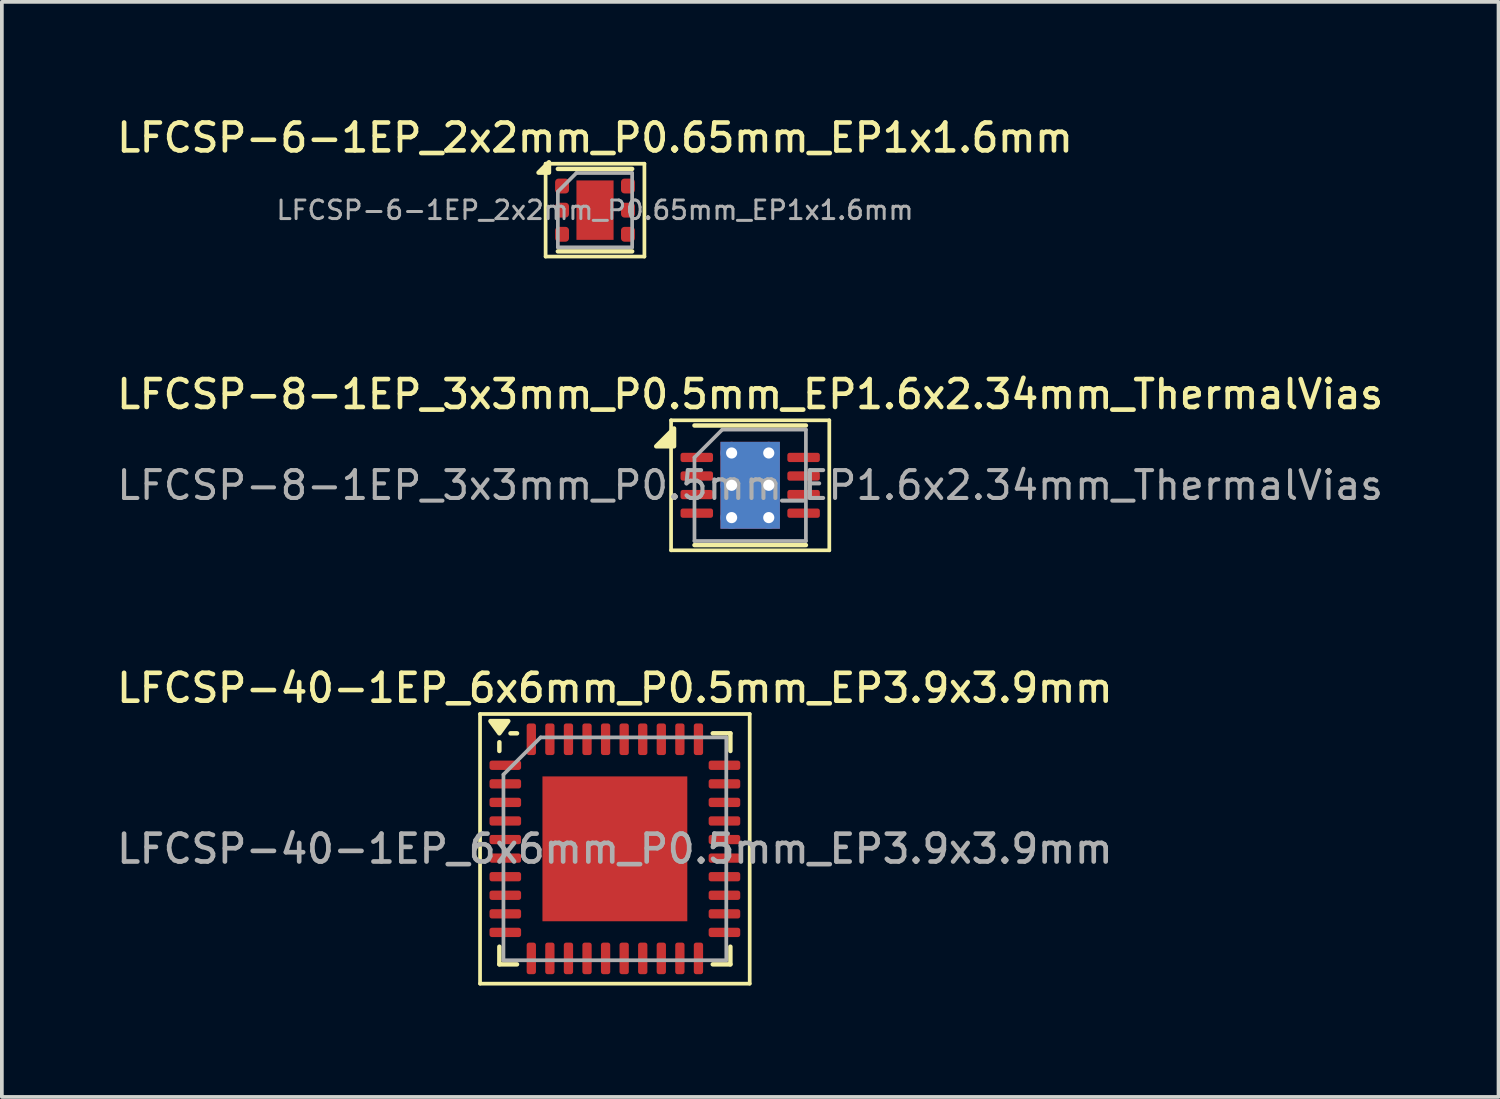
<source format=kicad_pcb>
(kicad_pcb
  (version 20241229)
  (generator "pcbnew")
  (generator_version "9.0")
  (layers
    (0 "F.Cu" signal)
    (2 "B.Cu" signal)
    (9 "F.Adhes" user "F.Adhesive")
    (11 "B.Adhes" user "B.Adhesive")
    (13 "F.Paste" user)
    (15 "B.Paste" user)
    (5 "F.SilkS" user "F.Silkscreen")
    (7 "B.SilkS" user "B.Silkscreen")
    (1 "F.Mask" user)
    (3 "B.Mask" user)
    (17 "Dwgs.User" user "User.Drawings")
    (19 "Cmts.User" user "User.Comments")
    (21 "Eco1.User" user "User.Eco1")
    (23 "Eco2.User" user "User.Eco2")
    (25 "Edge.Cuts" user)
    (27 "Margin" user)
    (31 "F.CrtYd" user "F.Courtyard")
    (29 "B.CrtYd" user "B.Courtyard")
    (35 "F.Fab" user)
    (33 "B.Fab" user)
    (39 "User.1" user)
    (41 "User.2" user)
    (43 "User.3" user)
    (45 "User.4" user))
  (footprint "LFCSP-6-1EP_2x2mm_P0.65mm_EP1x1.6mm"
    (layer "F.Cu")
    (at 12.97 2.608)
    (property "Reference" "LFCSP-6-1EP_2x2mm_P0.65mm_EP1x1.6mm" (at 0 -1.95 0) (layer "F.SilkS") (effects (font (size 0.75 0.75) (thickness 0.125))))
    (attr smd)
    (fp_line (start -1.33 -1.25) (end -1.33 1.25) (stroke (width 0.1) (type solid)) (layer "F.SilkS"))
    (fp_line (start -1.33 1.25) (end 1.33 1.25) (stroke (width 0.1) (type solid)) (layer "F.SilkS"))
    (fp_line (start -1 -1.11) (end 1 -1.11) (stroke (width 0.12) (type solid)) (layer "F.SilkS"))
    (fp_line (start -1 1.11) (end 1 1.11) (stroke (width 0.12) (type solid)) (layer "F.SilkS"))
    (fp_line (start 1.33 -1.25) (end -1.33 -1.25) (stroke (width 0.1) (type solid)) (layer "F.SilkS"))
    (fp_line (start 1.33 1.25) (end 1.33 -1.25) (stroke (width 0.1) (type solid)) (layer "F.SilkS"))
    (fp_poly (pts (xy -1.24 -1.01) (xy -1.52 -1.01) (xy -1.24 -1.29) (xy -1.24 -1.01)) (stroke (width 0.12) (type solid)) (fill yes) (layer "F.SilkS"))
    (fp_line (start -1 -0.5) (end -0.5 -1) (stroke (width 0.1) (type solid)) (layer "F.Fab"))
    (fp_line (start -1 1) (end -1 -0.5) (stroke (width 0.1) (type solid)) (layer "F.Fab"))
    (fp_line (start -0.5 -1) (end 1 -1) (stroke (width 0.1) (type solid)) (layer "F.Fab"))
    (fp_line (start 1 -1) (end 1 1) (stroke (width 0.1) (type solid)) (layer "F.Fab"))
    (fp_line (start 1 1) (end -1 1) (stroke (width 0.1) (type solid)) (layer "F.Fab"))
    (fp_text user "${REFERENCE}" (at 0 0 0) (layer "F.Fab") (effects (font (size 0.5 0.5) (thickness 0.08))))
    (pad "" smd roundrect (at -0.25 -0.4) (size 0.4 0.64) (layers "F.Paste") (roundrect_rratio 0.25))
    (pad "" smd roundrect (at -0.25 0.4) (size 0.4 0.64) (layers "F.Paste") (roundrect_rratio 0.25))
    (pad "" smd roundrect (at 0.25 -0.4) (size 0.4 0.64) (layers "F.Paste") (roundrect_rratio 0.25))
    (pad "" smd roundrect (at 0.25 0.4) (size 0.4 0.64) (layers "F.Paste") (roundrect_rratio 0.25))
    (pad "1" smd roundrect (at -0.887 -0.65) (size 0.375 0.4) (layers "F.Cu" "F.Mask" "F.Paste") (roundrect_rratio 0.25))
    (pad "2" smd roundrect (at -0.887 0) (size 0.375 0.4) (layers "F.Cu" "F.Mask" "F.Paste") (roundrect_rratio 0.25))
    (pad "3" smd roundrect (at -0.887 0.65) (size 0.375 0.4) (layers "F.Cu" "F.Mask" "F.Paste") (roundrect_rratio 0.25))
    (pad "4" smd roundrect (at 0.887 0.65) (size 0.375 0.4) (layers "F.Cu" "F.Mask" "F.Paste") (roundrect_rratio 0.25))
    (pad "5" smd roundrect (at 0.887 0) (size 0.375 0.4) (layers "F.Cu" "F.Mask" "F.Paste") (roundrect_rratio 0.25))
    (pad "6" smd roundrect (at 0.887 -0.65) (size 0.375 0.4) (layers "F.Cu" "F.Mask" "F.Paste") (roundrect_rratio 0.25))
    (pad "7" smd rect (at 0 0) (size 1 1.6) (property pad_prop_heatsink) (layers "F.Cu" "F.Mask")))
  (footprint "LFCSP-8-1EP_3x3mm_P0.5mm_EP1.6x2.34mm_ThermalVias"
    (layer "F.Cu")
    (at 17.148 10.016)
    (property "Reference" "LFCSP-8-1EP_3x3mm_P0.5mm_EP1.6x2.34mm_ThermalVias" (at 0 -2.45 0) (layer "F.SilkS") (effects (font (size 0.75 0.75) (thickness 0.125))))
    (attr smd)
    (fp_line (start -2.13 -1.75) (end -2.13 1.75) (stroke (width 0.1) (type solid)) (layer "F.SilkS"))
    (fp_line (start -2.13 1.75) (end 2.13 1.75) (stroke (width 0.1) (type solid)) (layer "F.SilkS"))
    (fp_line (start -1.5 -1.61) (end 1.5 -1.61) (stroke (width 0.12) (type solid)) (layer "F.SilkS"))
    (fp_line (start -1.5 1.61) (end 1.5 1.61) (stroke (width 0.12) (type solid)) (layer "F.SilkS"))
    (fp_line (start 2.13 -1.75) (end -2.13 -1.75) (stroke (width 0.1) (type solid)) (layer "F.SilkS"))
    (fp_line (start 2.13 1.75) (end 2.13 -1.75) (stroke (width 0.1) (type solid)) (layer "F.SilkS"))
    (fp_poly (pts (xy -2.05 -1.05) (xy -2.53 -1.05) (xy -2.05 -1.53) (xy -2.05 -1.05)) (stroke (width 0.12) (type solid)) (fill yes) (layer "F.SilkS"))
    (fp_line (start -1.5 -0.75) (end -0.75 -1.5) (stroke (width 0.1) (type solid)) (layer "F.Fab"))
    (fp_line (start -1.5 1.5) (end -1.5 -0.75) (stroke (width 0.1) (type solid)) (layer "F.Fab"))
    (fp_line (start -0.75 -1.5) (end 1.5 -1.5) (stroke (width 0.1) (type solid)) (layer "F.Fab"))
    (fp_line (start 1.5 -1.5) (end 1.5 1.5) (stroke (width 0.1) (type solid)) (layer "F.Fab"))
    (fp_line (start 1.5 1.5) (end -1.5 1.5) (stroke (width 0.1) (type solid)) (layer "F.Fab"))
    (fp_text user "${REFERENCE}" (at 0 0 0) (layer "F.Fab") (effects (font (size 0.75 0.75) (thickness 0.11))))
    (pad "" smd roundrect (at -0.4 -0.585) (size 0.69 1.01) (layers "F.Paste") (roundrect_rratio 0.25))
    (pad "" smd roundrect (at -0.4 0.585) (size 0.69 1.01) (layers "F.Paste") (roundrect_rratio 0.25))
    (pad "" smd roundrect (at 0.4 -0.585) (size 0.69 1.01) (layers "F.Paste") (roundrect_rratio 0.25))
    (pad "" smd roundrect (at 0.4 0.585) (size 0.69 1.01) (layers "F.Paste") (roundrect_rratio 0.25))
    (pad "1" smd roundrect (at -1.438 -0.75) (size 0.875 0.25) (layers "F.Cu" "F.Mask" "F.Paste") (roundrect_rratio 0.25))
    (pad "2" smd roundrect (at -1.438 -0.25) (size 0.875 0.25) (layers "F.Cu" "F.Mask" "F.Paste") (roundrect_rratio 0.25))
    (pad "3" smd roundrect (at -1.438 0.25) (size 0.875 0.25) (layers "F.Cu" "F.Mask" "F.Paste") (roundrect_rratio 0.25))
    (pad "4" smd roundrect (at -1.438 0.75) (size 0.875 0.25) (layers "F.Cu" "F.Mask" "F.Paste") (roundrect_rratio 0.25))
    (pad "5" smd roundrect (at 1.438 0.75) (size 0.875 0.25) (layers "F.Cu" "F.Mask" "F.Paste") (roundrect_rratio 0.25))
    (pad "6" smd roundrect (at 1.438 0.25) (size 0.875 0.25) (layers "F.Cu" "F.Mask" "F.Paste") (roundrect_rratio 0.25))
    (pad "7" smd roundrect (at 1.438 -0.25) (size 0.875 0.25) (layers "F.Cu" "F.Mask" "F.Paste") (roundrect_rratio 0.25))
    (pad "8" smd roundrect (at 1.438 -0.75) (size 0.875 0.25) (layers "F.Cu" "F.Mask" "F.Paste") (roundrect_rratio 0.25))
    (pad "9" thru_hole circle (at -0.5 -0.87) (size 0.6 0.6) (drill 0.3) (property pad_prop_heatsink) (layers "*.Cu"))
    (pad "9" thru_hole circle (at -0.5 0) (size 0.6 0.6) (drill 0.3) (property pad_prop_heatsink) (layers "*.Cu"))
    (pad "9" thru_hole circle (at -0.5 0.87) (size 0.6 0.6) (drill 0.3) (property pad_prop_heatsink) (layers "*.Cu"))
    (pad "9" smd rect (at 0 0) (size 1.6 2.34) (property pad_prop_heatsink) (layers "F.Cu" "F.Mask"))
    (pad "9" smd rect (at 0 0) (size 1.6 2.34) (property pad_prop_heatsink) (layers "B.Cu"))
    (pad "9" thru_hole circle (at 0.5 -0.87) (size 0.6 0.6) (drill 0.3) (property pad_prop_heatsink) (layers "*.Cu"))
    (pad "9" thru_hole circle (at 0.5 0) (size 0.6 0.6) (drill 0.3) (property pad_prop_heatsink) (layers "*.Cu"))
    (pad "9" thru_hole circle (at 0.5 0.87) (size 0.6 0.6) (drill 0.3) (property pad_prop_heatsink) (layers "*.Cu")))
  (footprint "LFCSP-40-1EP_6x6mm_P0.5mm_EP3.9x3.9mm"
    (layer "F.Cu")
    (at 13.505 19.804)
    (property "Reference" "LFCSP-40-1EP_6x6mm_P0.5mm_EP3.9x3.9mm" (at 0 -4.33 0) (layer "F.SilkS") (effects (font (size 0.75 0.75) (thickness 0.125))))
    (attr smd)
    (fp_line (start -3.63 -3.63) (end -3.63 3.63) (stroke (width 0.1) (type solid)) (layer "F.SilkS"))
    (fp_line (start -3.63 3.63) (end 3.63 3.63) (stroke (width 0.1) (type solid)) (layer "F.SilkS"))
    (fp_line (start -3.11 -2.635) (end -3.11 -2.87) (stroke (width 0.12) (type solid)) (layer "F.SilkS"))
    (fp_line (start -3.11 3.11) (end -3.11 2.635) (stroke (width 0.12) (type solid)) (layer "F.SilkS"))
    (fp_line (start -2.635 -3.11) (end -2.81 -3.11) (stroke (width 0.12) (type solid)) (layer "F.SilkS"))
    (fp_line (start -2.635 3.11) (end -3.11 3.11) (stroke (width 0.12) (type solid)) (layer "F.SilkS"))
    (fp_line (start 2.635 -3.11) (end 3.11 -3.11) (stroke (width 0.12) (type solid)) (layer "F.SilkS"))
    (fp_line (start 2.635 3.11) (end 3.11 3.11) (stroke (width 0.12) (type solid)) (layer "F.SilkS"))
    (fp_line (start 3.11 -3.11) (end 3.11 -2.635) (stroke (width 0.12) (type solid)) (layer "F.SilkS"))
    (fp_line (start 3.11 3.11) (end 3.11 2.635) (stroke (width 0.12) (type solid)) (layer "F.SilkS"))
    (fp_line (start 3.63 -3.63) (end -3.63 -3.63) (stroke (width 0.1) (type solid)) (layer "F.SilkS"))
    (fp_line (start 3.63 3.63) (end 3.63 -3.63) (stroke (width 0.1) (type solid)) (layer "F.SilkS"))
    (fp_poly (pts (xy -3.11 -3.11) (xy -3.35 -3.44) (xy -2.87 -3.44) (xy -3.11 -3.11)) (stroke (width 0.12) (type solid)) (fill yes) (layer "F.SilkS"))
    (fp_line (start -3 -2) (end -2 -3) (stroke (width 0.1) (type solid)) (layer "F.Fab"))
    (fp_line (start -3 3) (end -3 -2) (stroke (width 0.1) (type solid)) (layer "F.Fab"))
    (fp_line (start -2 -3) (end 3 -3) (stroke (width 0.1) (type solid)) (layer "F.Fab"))
    (fp_line (start 3 -3) (end 3 3) (stroke (width 0.1) (type solid)) (layer "F.Fab"))
    (fp_line (start 3 3) (end -3 3) (stroke (width 0.1) (type solid)) (layer "F.Fab"))
    (fp_text user "${REFERENCE}" (at 0 0 0) (layer "F.Fab") (effects (font (size 0.75 0.75) (thickness 0.125))))
    (pad "" smd roundrect (at -0.975 -0.975) (size 1.57 1.57) (layers "F.Paste") (roundrect_rratio 0.159))
    (pad "" smd roundrect (at -0.975 0.975) (size 1.57 1.57) (layers "F.Paste") (roundrect_rratio 0.159))
    (pad "" smd roundrect (at 0.975 -0.975) (size 1.57 1.57) (layers "F.Paste") (roundrect_rratio 0.159))
    (pad "" smd roundrect (at 0.975 0.975) (size 1.57 1.57) (layers "F.Paste") (roundrect_rratio 0.159))
    (pad "1" smd roundrect (at -2.95 -2.25) (size 0.85 0.25) (layers "F.Cu" "F.Mask" "F.Paste") (roundrect_rratio 0.25))
    (pad "2" smd roundrect (at -2.95 -1.75) (size 0.85 0.25) (layers "F.Cu" "F.Mask" "F.Paste") (roundrect_rratio 0.25))
    (pad "3" smd roundrect (at -2.95 -1.25) (size 0.85 0.25) (layers "F.Cu" "F.Mask" "F.Paste") (roundrect_rratio 0.25))
    (pad "4" smd roundrect (at -2.95 -0.75) (size 0.85 0.25) (layers "F.Cu" "F.Mask" "F.Paste") (roundrect_rratio 0.25))
    (pad "5" smd roundrect (at -2.95 -0.25) (size 0.85 0.25) (layers "F.Cu" "F.Mask" "F.Paste") (roundrect_rratio 0.25))
    (pad "6" smd roundrect (at -2.95 0.25) (size 0.85 0.25) (layers "F.Cu" "F.Mask" "F.Paste") (roundrect_rratio 0.25))
    (pad "7" smd roundrect (at -2.95 0.75) (size 0.85 0.25) (layers "F.Cu" "F.Mask" "F.Paste") (roundrect_rratio 0.25))
    (pad "8" smd roundrect (at -2.95 1.25) (size 0.85 0.25) (layers "F.Cu" "F.Mask" "F.Paste") (roundrect_rratio 0.25))
    (pad "9" smd roundrect (at -2.95 1.75) (size 0.85 0.25) (layers "F.Cu" "F.Mask" "F.Paste") (roundrect_rratio 0.25))
    (pad "10" smd roundrect (at -2.95 2.25) (size 0.85 0.25) (layers "F.Cu" "F.Mask" "F.Paste") (roundrect_rratio 0.25))
    (pad "11" smd roundrect (at -2.25 2.95) (size 0.25 0.85) (layers "F.Cu" "F.Mask" "F.Paste") (roundrect_rratio 0.25))
    (pad "12" smd roundrect (at -1.75 2.95) (size 0.25 0.85) (layers "F.Cu" "F.Mask" "F.Paste") (roundrect_rratio 0.25))
    (pad "13" smd roundrect (at -1.25 2.95) (size 0.25 0.85) (layers "F.Cu" "F.Mask" "F.Paste") (roundrect_rratio 0.25))
    (pad "14" smd roundrect (at -0.75 2.95) (size 0.25 0.85) (layers "F.Cu" "F.Mask" "F.Paste") (roundrect_rratio 0.25))
    (pad "15" smd roundrect (at -0.25 2.95) (size 0.25 0.85) (layers "F.Cu" "F.Mask" "F.Paste") (roundrect_rratio 0.25))
    (pad "16" smd roundrect (at 0.25 2.95) (size 0.25 0.85) (layers "F.Cu" "F.Mask" "F.Paste") (roundrect_rratio 0.25))
    (pad "17" smd roundrect (at 0.75 2.95) (size 0.25 0.85) (layers "F.Cu" "F.Mask" "F.Paste") (roundrect_rratio 0.25))
    (pad "18" smd roundrect (at 1.25 2.95) (size 0.25 0.85) (layers "F.Cu" "F.Mask" "F.Paste") (roundrect_rratio 0.25))
    (pad "19" smd roundrect (at 1.75 2.95) (size 0.25 0.85) (layers "F.Cu" "F.Mask" "F.Paste") (roundrect_rratio 0.25))
    (pad "20" smd roundrect (at 2.25 2.95) (size 0.25 0.85) (layers "F.Cu" "F.Mask" "F.Paste") (roundrect_rratio 0.25))
    (pad "21" smd roundrect (at 2.95 2.25) (size 0.85 0.25) (layers "F.Cu" "F.Mask" "F.Paste") (roundrect_rratio 0.25))
    (pad "22" smd roundrect (at 2.95 1.75) (size 0.85 0.25) (layers "F.Cu" "F.Mask" "F.Paste") (roundrect_rratio 0.25))
    (pad "23" smd roundrect (at 2.95 1.25) (size 0.85 0.25) (layers "F.Cu" "F.Mask" "F.Paste") (roundrect_rratio 0.25))
    (pad "24" smd roundrect (at 2.95 0.75) (size 0.85 0.25) (layers "F.Cu" "F.Mask" "F.Paste") (roundrect_rratio 0.25))
    (pad "25" smd roundrect (at 2.95 0.25) (size 0.85 0.25) (layers "F.Cu" "F.Mask" "F.Paste") (roundrect_rratio 0.25))
    (pad "26" smd roundrect (at 2.95 -0.25) (size 0.85 0.25) (layers "F.Cu" "F.Mask" "F.Paste") (roundrect_rratio 0.25))
    (pad "27" smd roundrect (at 2.95 -0.75) (size 0.85 0.25) (layers "F.Cu" "F.Mask" "F.Paste") (roundrect_rratio 0.25))
    (pad "28" smd roundrect (at 2.95 -1.25) (size 0.85 0.25) (layers "F.Cu" "F.Mask" "F.Paste") (roundrect_rratio 0.25))
    (pad "29" smd roundrect (at 2.95 -1.75) (size 0.85 0.25) (layers "F.Cu" "F.Mask" "F.Paste") (roundrect_rratio 0.25))
    (pad "30" smd roundrect (at 2.95 -2.25) (size 0.85 0.25) (layers "F.Cu" "F.Mask" "F.Paste") (roundrect_rratio 0.25))
    (pad "31" smd roundrect (at 2.25 -2.95) (size 0.25 0.85) (layers "F.Cu" "F.Mask" "F.Paste") (roundrect_rratio 0.25))
    (pad "32" smd roundrect (at 1.75 -2.95) (size 0.25 0.85) (layers "F.Cu" "F.Mask" "F.Paste") (roundrect_rratio 0.25))
    (pad "33" smd roundrect (at 1.25 -2.95) (size 0.25 0.85) (layers "F.Cu" "F.Mask" "F.Paste") (roundrect_rratio 0.25))
    (pad "34" smd roundrect (at 0.75 -2.95) (size 0.25 0.85) (layers "F.Cu" "F.Mask" "F.Paste") (roundrect_rratio 0.25))
    (pad "35" smd roundrect (at 0.25 -2.95) (size 0.25 0.85) (layers "F.Cu" "F.Mask" "F.Paste") (roundrect_rratio 0.25))
    (pad "36" smd roundrect (at -0.25 -2.95) (size 0.25 0.85) (layers "F.Cu" "F.Mask" "F.Paste") (roundrect_rratio 0.25))
    (pad "37" smd roundrect (at -0.75 -2.95) (size 0.25 0.85) (layers "F.Cu" "F.Mask" "F.Paste") (roundrect_rratio 0.25))
    (pad "38" smd roundrect (at -1.25 -2.95) (size 0.25 0.85) (layers "F.Cu" "F.Mask" "F.Paste") (roundrect_rratio 0.25))
    (pad "39" smd roundrect (at -1.75 -2.95) (size 0.25 0.85) (layers "F.Cu" "F.Mask" "F.Paste") (roundrect_rratio 0.25))
    (pad "40" smd roundrect (at -2.25 -2.95) (size 0.25 0.85) (layers "F.Cu" "F.Mask" "F.Paste") (roundrect_rratio 0.25))
    (pad "41" smd rect (at 0 0) (size 3.9 3.9) (property pad_prop_heatsink) (layers "F.Cu" "F.Mask")))
  (gr_rect
    (start -3 -3)
    (end 37.296 26.484)
    (stroke (width 0.1) (type default))
    (fill no)
    (layer "Edge.Cuts")))
</source>
